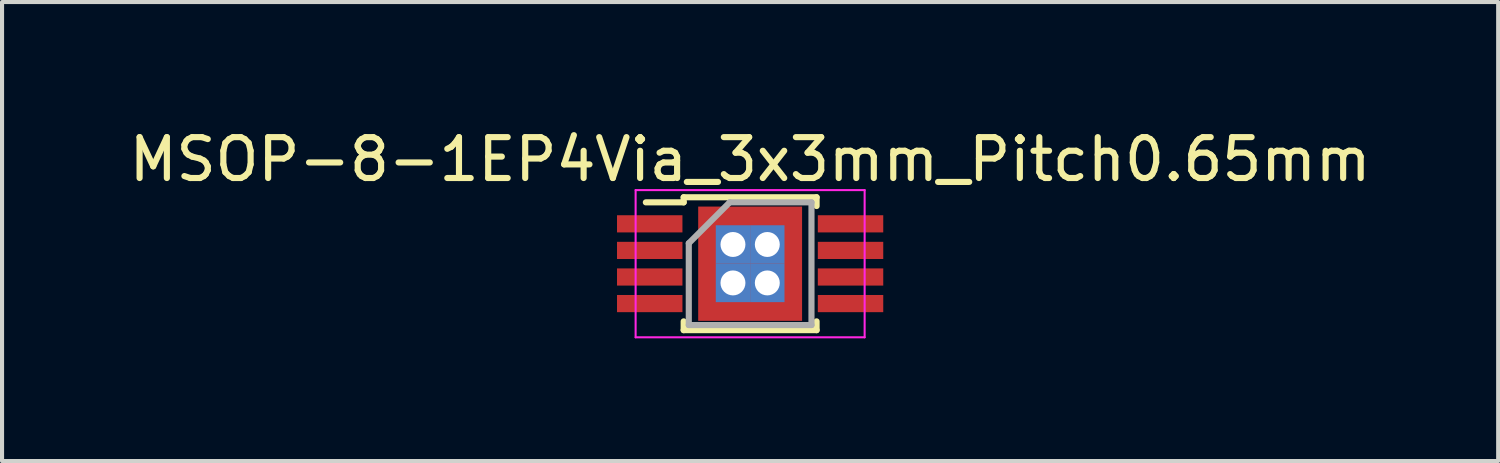
<source format=kicad_pcb>
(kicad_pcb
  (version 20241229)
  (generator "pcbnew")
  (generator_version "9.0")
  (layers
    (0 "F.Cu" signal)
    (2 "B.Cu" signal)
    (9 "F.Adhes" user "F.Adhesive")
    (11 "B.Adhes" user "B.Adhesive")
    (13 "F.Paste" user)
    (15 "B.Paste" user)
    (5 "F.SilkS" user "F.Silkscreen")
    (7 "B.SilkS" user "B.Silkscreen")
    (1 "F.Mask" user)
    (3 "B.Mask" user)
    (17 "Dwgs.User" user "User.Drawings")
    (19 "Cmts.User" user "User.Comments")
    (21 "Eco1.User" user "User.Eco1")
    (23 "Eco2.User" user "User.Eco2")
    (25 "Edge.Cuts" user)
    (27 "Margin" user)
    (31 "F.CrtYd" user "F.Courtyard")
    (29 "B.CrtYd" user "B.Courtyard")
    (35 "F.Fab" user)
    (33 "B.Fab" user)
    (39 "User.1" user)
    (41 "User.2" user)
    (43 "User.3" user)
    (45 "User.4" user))
  (footprint "MSOP-8-1EP4Via_3x3mm_Pitch0.65mm"
    (layer "F.Cu")
    (at 15.292 3.398)
    (property "Reference" "MSOP-8-1EP4Via_3x3mm_Pitch0.65mm" (at 0 -2.55 0) (layer "F.SilkS") (effects (font (size 1 1) (thickness 0.15))))
    (attr smd)
    (fp_line (start -1.625 -1.625) (end -1.625 -1.5) (stroke (width 0.15) (type solid)) (layer "F.SilkS"))
    (fp_line (start -1.625 -1.625) (end 1.625 -1.625) (stroke (width 0.15) (type solid)) (layer "F.SilkS"))
    (fp_line (start -1.625 -1.5) (end -2.55 -1.5) (stroke (width 0.15) (type solid)) (layer "F.SilkS"))
    (fp_line (start -1.625 1.625) (end -1.625 1.41) (stroke (width 0.15) (type solid)) (layer "F.SilkS"))
    (fp_line (start -1.625 1.625) (end 1.625 1.625) (stroke (width 0.15) (type solid)) (layer "F.SilkS"))
    (fp_line (start 1.625 -1.625) (end 1.625 -1.41) (stroke (width 0.15) (type solid)) (layer "F.SilkS"))
    (fp_line (start 1.625 1.625) (end 1.625 1.41) (stroke (width 0.15) (type solid)) (layer "F.SilkS"))
    (fp_line (start -2.8 -1.8) (end -2.8 1.8) (stroke (width 0.05) (type solid)) (layer "F.CrtYd"))
    (fp_line (start -2.8 -1.8) (end 2.8 -1.8) (stroke (width 0.05) (type solid)) (layer "F.CrtYd"))
    (fp_line (start -2.8 1.8) (end 2.8 1.8) (stroke (width 0.05) (type solid)) (layer "F.CrtYd"))
    (fp_line (start 2.8 -1.8) (end 2.8 1.8) (stroke (width 0.05) (type solid)) (layer "F.CrtYd"))
    (fp_line (start -1.5 -0.5) (end -0.5 -1.5) (stroke (width 0.15) (type solid)) (layer "F.Fab"))
    (fp_line (start -1.5 1.5) (end -1.5 -0.5) (stroke (width 0.15) (type solid)) (layer "F.Fab"))
    (fp_line (start -0.5 -1.5) (end 1.5 -1.5) (stroke (width 0.15) (type solid)) (layer "F.Fab"))
    (fp_line (start 1.5 -1.5) (end 1.5 1.5) (stroke (width 0.15) (type solid)) (layer "F.Fab"))
    (fp_line (start 1.5 1.5) (end -1.5 1.5) (stroke (width 0.15) (type solid)) (layer "F.Fab"))
    (pad "1" smd rect (at -2.455 -0.975) (size 1.6 0.42) (layers "F.Cu" "F.Mask" "F.Paste"))
    (pad "2" smd rect (at -2.455 -0.325) (size 1.6 0.42) (layers "F.Cu" "F.Mask" "F.Paste"))
    (pad "3" smd rect (at -2.455 0.325) (size 1.6 0.42) (layers "F.Cu" "F.Mask" "F.Paste"))
    (pad "4" smd rect (at -2.455 0.975) (size 1.6 0.42) (layers "F.Cu" "F.Mask" "F.Paste"))
    (pad "5" smd rect (at 2.455 0.975) (size 1.6 0.42) (layers "F.Cu" "F.Mask" "F.Paste"))
    (pad "6" smd rect (at 2.455 0.325) (size 1.6 0.42) (layers "F.Cu" "F.Mask" "F.Paste"))
    (pad "7" smd rect (at 2.455 -0.325) (size 1.6 0.42) (layers "F.Cu" "F.Mask" "F.Paste"))
    (pad "8" smd rect (at 2.455 -0.975) (size 1.6 0.42) (layers "F.Cu" "F.Mask" "F.Paste"))
    (pad "9" thru_hole rect (at -0.42 -0.47) (size 0.84 0.94) (drill 0.61) (layers "*.Cu" "B.Mask"))
    (pad "9" thru_hole rect (at -0.42 0.47) (size 0.84 0.94) (drill 0.61) (layers "*.Cu" "B.Mask"))
    (pad "9" smd rect (at 0 0) (size 2.54 2.794) (layers "F.Cu" "F.Mask" "F.Paste"))
    (pad "9" thru_hole rect (at 0.42 -0.47) (size 0.84 0.94) (drill 0.61) (layers "*.Cu" "B.Mask"))
    (pad "9" thru_hole rect (at 0.42 0.47) (size 0.84 0.94) (drill 0.61) (layers "*.Cu" "B.Mask")))
  (gr_rect
    (start -3 -3)
    (end 33.583 8.223)
    (stroke (width 0.1) (type default))
    (fill no)
    (layer "Edge.Cuts")))
</source>
